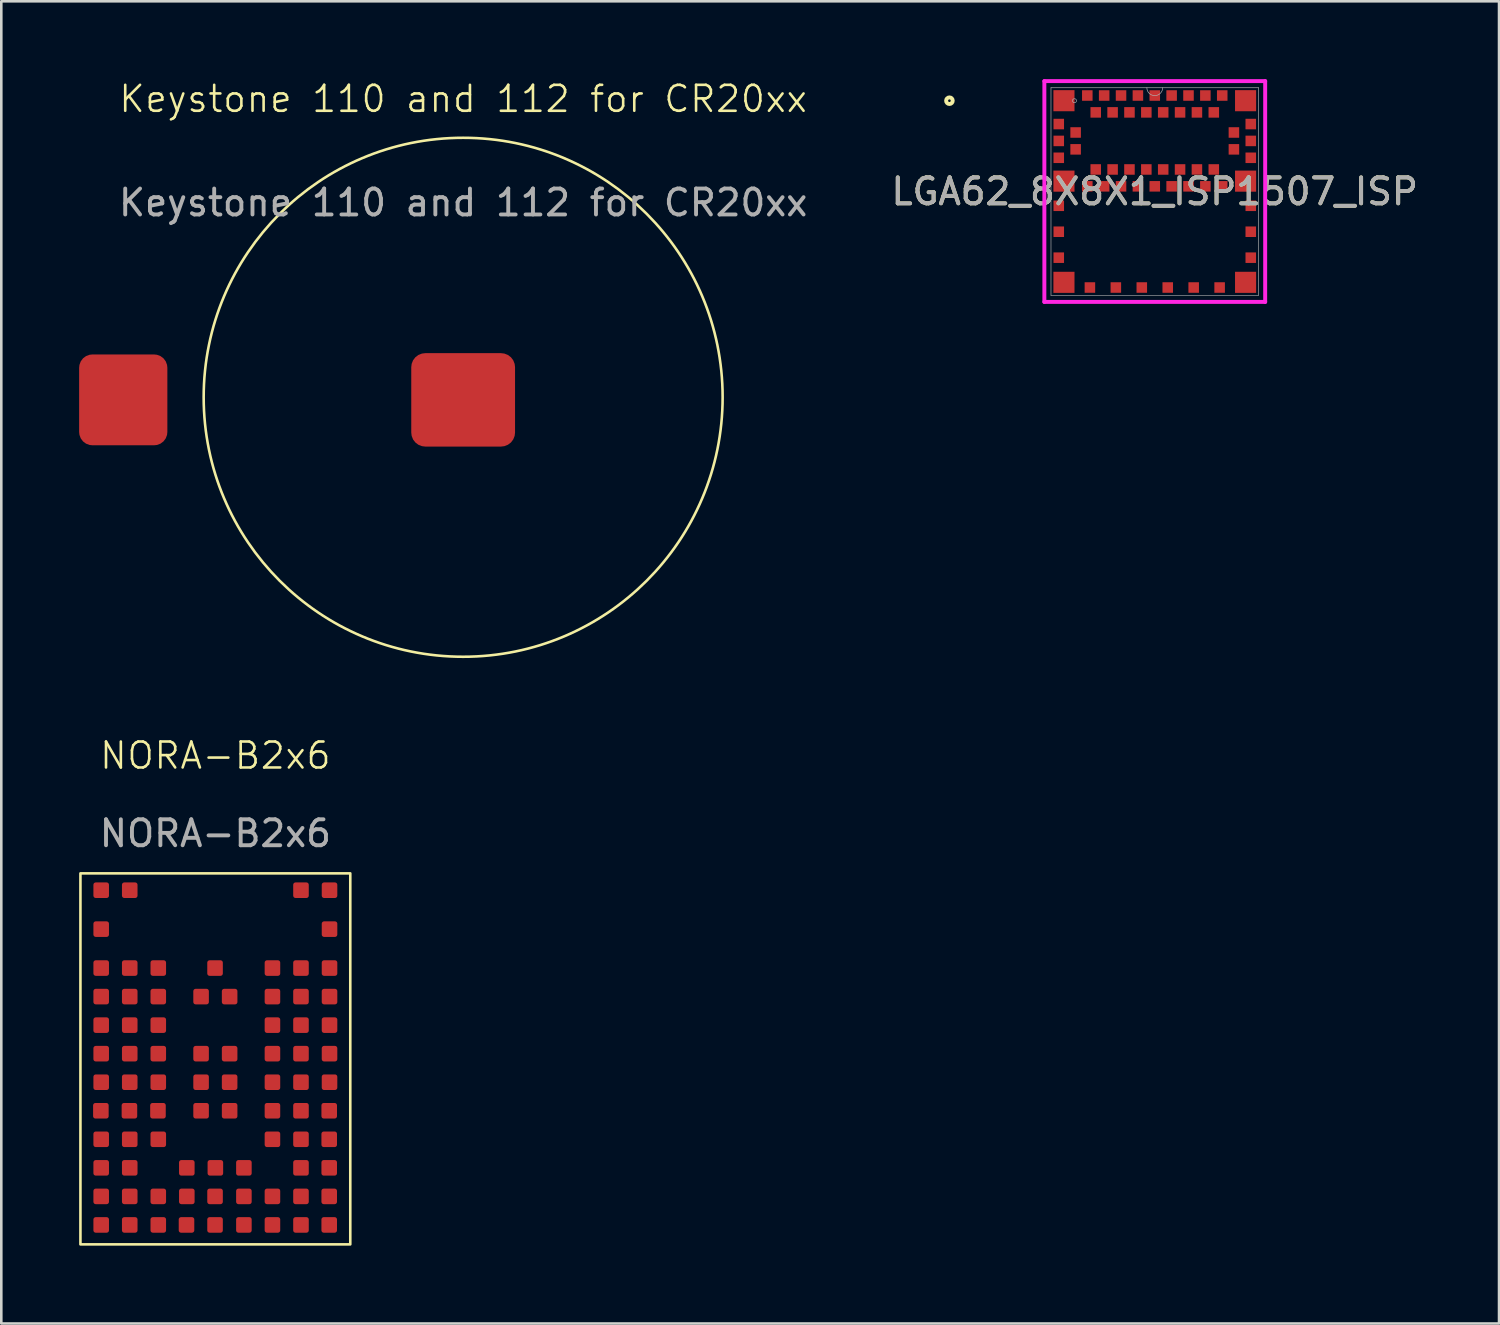
<source format=kicad_pcb>
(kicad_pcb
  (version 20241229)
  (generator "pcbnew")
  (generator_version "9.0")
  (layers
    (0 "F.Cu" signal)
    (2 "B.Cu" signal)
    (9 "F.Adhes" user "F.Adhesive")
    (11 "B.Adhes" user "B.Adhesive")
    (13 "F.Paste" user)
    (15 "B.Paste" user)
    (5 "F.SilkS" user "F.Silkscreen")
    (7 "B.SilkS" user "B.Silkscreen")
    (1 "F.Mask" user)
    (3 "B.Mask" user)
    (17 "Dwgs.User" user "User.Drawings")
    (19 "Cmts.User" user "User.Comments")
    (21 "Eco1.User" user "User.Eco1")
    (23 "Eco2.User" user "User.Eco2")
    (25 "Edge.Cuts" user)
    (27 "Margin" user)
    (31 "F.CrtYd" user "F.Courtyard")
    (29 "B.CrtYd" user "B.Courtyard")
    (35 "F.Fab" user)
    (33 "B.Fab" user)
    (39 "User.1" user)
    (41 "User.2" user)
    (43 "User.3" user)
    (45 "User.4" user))
  (footprint "LGA62_8X8X1_ISP1507_ISP"
    (layer "F.Cu")
    (at 41.455 4.331)
    (property "Reference" "LGA62_8X8X1_ISP1507_ISP" (at 0 0 0) (unlocked yes) (layer "F.SilkS") (effects (font (size 1 1) (thickness 0.15))))
    (attr smd)
    (fp_circle (center -7.914 -3.5) (end -7.787 -3.5) (stroke (width 0.152) (type solid)) (fill no) (layer "F.SilkS"))
    (fp_poly (pts (xy 4 0.006) (xy 4 4) (xy -4 4) (xy -4 0.006)) (stroke (width 0.1) (type solid)) (fill no) (layer "Eco2.User"))
    (fp_line (start -4.255 -4.255) (end -4.255 4.255) (stroke (width 0.152) (type solid)) (layer "F.CrtYd"))
    (fp_line (start -4.255 4.255) (end 4.255 4.255) (stroke (width 0.152) (type solid)) (layer "F.CrtYd"))
    (fp_line (start 4.255 -4.255) (end -4.255 -4.255) (stroke (width 0.152) (type solid)) (layer "F.CrtYd"))
    (fp_line (start 4.255 4.255) (end 4.255 -4.255) (stroke (width 0.152) (type solid)) (layer "F.CrtYd"))
    (fp_line (start -4 -4) (end -4 4) (stroke (width 0.025) (type solid)) (layer "F.Fab"))
    (fp_line (start -4 4) (end 4 4) (stroke (width 0.025) (type solid)) (layer "F.Fab"))
    (fp_line (start 4 -4) (end -4 -4) (stroke (width 0.025) (type solid)) (layer "F.Fab"))
    (fp_line (start 4 4) (end 4 -4) (stroke (width 0.025) (type solid)) (layer "F.Fab"))
    (fp_arc (start 0.3048 -4.0005) (mid 0 -3.6957) (end -0.3048 -4.0005) (stroke (width 0.0254) (type solid)) (layer "F.Fab"))
    (fp_circle (center -3.094 -3.5) (end -3.017 -3.5) (stroke (width 0.025) (type solid)) (fill no) (layer "F.Fab"))
    (fp_text user "${REFERENCE}" (at 0 0 0) (unlocked yes) (layer "F.Fab") (effects (font (size 1 1) (thickness 0.15))))
    (pad "1" smd rect (at -3.5 -3.5) (size 0.813 0.813) (layers "F.Cu" "F.Mask" "F.Paste"))
    (pad "2" smd rect (at -3.7 -2.6) (size 0.406 0.406) (layers "F.Cu" "F.Mask" "F.Paste"))
    (pad "3" smd rect (at -3.05 -2.275) (size 0.406 0.406) (layers "F.Cu" "F.Mask" "F.Paste"))
    (pad "4" smd rect (at -3.7 -1.95) (size 0.406 0.406) (layers "F.Cu" "F.Mask" "F.Paste"))
    (pad "5" smd rect (at -3.05 -1.625) (size 0.406 0.406) (layers "F.Cu" "F.Mask" "F.Paste"))
    (pad "6" smd rect (at -3.7 -1.3) (size 0.406 0.406) (layers "F.Cu" "F.Mask" "F.Paste"))
    (pad "7" smd rect (at -3.5 -0.4) (size 0.813 0.813) (layers "F.Cu" "F.Mask" "F.Paste"))
    (pad "8" smd rect (at -2.6 -0.2) (size 0.406 0.406) (layers "F.Cu" "F.Mask" "F.Paste"))
    (pad "9" smd rect (at -2.275 -0.85) (size 0.406 0.406) (layers "F.Cu" "F.Mask" "F.Paste"))
    (pad "10" smd rect (at -1.95 -0.2) (size 0.406 0.406) (layers "F.Cu" "F.Mask" "F.Paste"))
    (pad "11" smd rect (at -1.625 -0.85) (size 0.406 0.406) (layers "F.Cu" "F.Mask" "F.Paste"))
    (pad "12" smd rect (at -1.3 -0.2) (size 0.406 0.406) (layers "F.Cu" "F.Mask" "F.Paste"))
    (pad "13" smd rect (at -0.975 -0.85) (size 0.406 0.406) (layers "F.Cu" "F.Mask" "F.Paste"))
    (pad "14" smd rect (at -0.65 -0.2) (size 0.406 0.406) (layers "F.Cu" "F.Mask" "F.Paste"))
    (pad "15" smd rect (at -0.325 -0.85) (size 0.406 0.406) (layers "F.Cu" "F.Mask" "F.Paste"))
    (pad "16" smd rect (at 0 -0.2) (size 0.406 0.406) (layers "F.Cu" "F.Mask" "F.Paste"))
    (pad "17" smd rect (at 0.325 -0.85) (size 0.406 0.406) (layers "F.Cu" "F.Mask" "F.Paste"))
    (pad "18" smd rect (at 0.65 -0.2) (size 0.406 0.406) (layers "F.Cu" "F.Mask" "F.Paste"))
    (pad "19" smd rect (at 0.975 -0.85) (size 0.406 0.406) (layers "F.Cu" "F.Mask" "F.Paste"))
    (pad "20" smd rect (at 1.3 -0.2) (size 0.406 0.406) (layers "F.Cu" "F.Mask" "F.Paste"))
    (pad "21" smd rect (at 1.625 -0.85) (size 0.406 0.406) (layers "F.Cu" "F.Mask" "F.Paste"))
    (pad "22" smd rect (at 1.95 -0.2) (size 0.406 0.406) (layers "F.Cu" "F.Mask" "F.Paste"))
    (pad "23" smd rect (at 2.275 -0.85) (size 0.406 0.406) (layers "F.Cu" "F.Mask" "F.Paste"))
    (pad "24" smd rect (at 2.6 -0.2) (size 0.406 0.406) (layers "F.Cu" "F.Mask" "F.Paste"))
    (pad "25" smd rect (at 3.5 -0.4) (size 0.813 0.813) (layers "F.Cu" "F.Mask" "F.Paste"))
    (pad "26" smd rect (at 3.7 -1.3) (size 0.406 0.406) (layers "F.Cu" "F.Mask" "F.Paste"))
    (pad "27" smd rect (at 3.05 -1.625) (size 0.406 0.406) (layers "F.Cu" "F.Mask" "F.Paste"))
    (pad "28" smd rect (at 3.7 -1.95) (size 0.406 0.406) (layers "F.Cu" "F.Mask" "F.Paste"))
    (pad "29" smd rect (at 3.05 -2.275) (size 0.406 0.406) (layers "F.Cu" "F.Mask" "F.Paste"))
    (pad "30" smd rect (at 3.7 -2.6) (size 0.406 0.406) (layers "F.Cu" "F.Mask" "F.Paste"))
    (pad "31" smd rect (at 3.5 -3.5) (size 0.813 0.813) (layers "F.Cu" "F.Mask" "F.Paste"))
    (pad "32" smd rect (at 2.6 -3.7) (size 0.406 0.406) (layers "F.Cu" "F.Mask" "F.Paste"))
    (pad "33" smd rect (at 2.275 -3.05) (size 0.406 0.406) (layers "F.Cu" "F.Mask" "F.Paste"))
    (pad "34" smd rect (at 1.95 -3.7) (size 0.406 0.406) (layers "F.Cu" "F.Mask" "F.Paste"))
    (pad "35" smd rect (at 1.625 -3.05) (size 0.406 0.406) (layers "F.Cu" "F.Mask" "F.Paste"))
    (pad "36" smd rect (at 1.3 -3.7) (size 0.406 0.406) (layers "F.Cu" "F.Mask" "F.Paste"))
    (pad "37" smd rect (at 0.975 -3.05) (size 0.406 0.406) (layers "F.Cu" "F.Mask" "F.Paste"))
    (pad "38" smd rect (at 0.65 -3.7) (size 0.406 0.406) (layers "F.Cu" "F.Mask" "F.Paste"))
    (pad "39" smd rect (at 0.325 -3.05) (size 0.406 0.406) (layers "F.Cu" "F.Mask" "F.Paste"))
    (pad "40" smd rect (at 0 -3.7) (size 0.406 0.406) (layers "F.Cu" "F.Mask" "F.Paste"))
    (pad "41" smd rect (at -0.325 -3.05) (size 0.406 0.406) (layers "F.Cu" "F.Mask" "F.Paste"))
    (pad "42" smd rect (at -0.65 -3.7) (size 0.406 0.406) (layers "F.Cu" "F.Mask" "F.Paste"))
    (pad "43" smd rect (at -0.975 -3.05) (size 0.406 0.406) (layers "F.Cu" "F.Mask" "F.Paste"))
    (pad "44" smd rect (at -1.3 -3.7) (size 0.406 0.406) (layers "F.Cu" "F.Mask" "F.Paste"))
    (pad "45" smd rect (at -1.625 -3.05) (size 0.406 0.406) (layers "F.Cu" "F.Mask" "F.Paste"))
    (pad "46" smd rect (at -1.95 -3.7) (size 0.406 0.406) (layers "F.Cu" "F.Mask" "F.Paste"))
    (pad "47" smd rect (at -2.275 -3.05) (size 0.406 0.406) (layers "F.Cu" "F.Mask" "F.Paste"))
    (pad "48" smd rect (at -2.6 -3.7) (size 0.406 0.406) (layers "F.Cu" "F.Mask" "F.Paste"))
    (pad "49" smd rect (at -3.7 0.55) (size 0.406 0.406) (layers "F.Cu" "F.Mask" "F.Paste"))
    (pad "50" smd rect (at -3.7 1.55) (size 0.406 0.406) (layers "F.Cu" "F.Mask" "F.Paste"))
    (pad "51" smd rect (at -3.7 2.55) (size 0.406 0.406) (layers "F.Cu" "F.Mask" "F.Paste"))
    (pad "52" smd rect (at -3.5 3.5) (size 0.813 0.813) (layers "F.Cu" "F.Mask" "F.Paste"))
    (pad "53" smd rect (at -2.5 3.7) (size 0.406 0.406) (layers "F.Cu" "F.Mask" "F.Paste"))
    (pad "54" smd rect (at -1.5 3.7) (size 0.406 0.406) (layers "F.Cu" "F.Mask" "F.Paste"))
    (pad "55" smd rect (at -0.5 3.7) (size 0.406 0.406) (layers "F.Cu" "F.Mask" "F.Paste"))
    (pad "56" smd rect (at 0.5 3.7) (size 0.406 0.406) (layers "F.Cu" "F.Mask" "F.Paste"))
    (pad "57" smd rect (at 1.5 3.7) (size 0.406 0.406) (layers "F.Cu" "F.Mask" "F.Paste"))
    (pad "58" smd rect (at 2.5 3.7) (size 0.406 0.406) (layers "F.Cu" "F.Mask" "F.Paste"))
    (pad "59" smd rect (at 3.5 3.5) (size 0.813 0.813) (layers "F.Cu" "F.Mask" "F.Paste"))
    (pad "60" smd rect (at 3.7 2.55) (size 0.406 0.406) (layers "F.Cu" "F.Mask" "F.Paste"))
    (pad "61" smd rect (at 3.7 1.55) (size 0.406 0.406) (layers "F.Cu" "F.Mask" "F.Paste"))
    (pad "62" smd rect (at 3.7 0.55) (size 0.406 0.406) (layers "F.Cu" "F.Mask" "F.Paste")))
  (footprint "Keystone 110 and 112 for CR20xx"
    (layer "F.Cu")
    (at 14.8 12.361)
    (property "Reference" "Keystone 110 and 112 for CR20xx" (at 0 -11.6 0) (unlocked yes) (layer "F.SilkS") (effects (font (size 1 1) (thickness 0.1))))
    (attr smd)
    (fp_circle (center 0 -0.1) (end -10 0) (stroke (width 0.1) (type default)) (fill no) (layer "F.SilkS"))
    (fp_text user "${REFERENCE}" (at 0 -7.6 0) (unlocked yes) (layer "F.Fab") (effects (font (size 1 1) (thickness 0.15))))
    (pad "1" smd roundrect (at -13.1 0) (size 3.4 3.5) (layers "F.Cu" "F.Mask" "F.Paste") (roundrect_rratio 0.15))
    (pad "2" smd roundrect (at 0 0) (size 4 3.6) (layers "F.Cu" "F.Mask" "F.Paste") (roundrect_rratio 0.15)))
  (footprint "NORA-B2x6"
    (layer "F.Cu")
    (at 5.25 38.659)
    (property "Reference" "NORA-B2x6" (at 0 -12.588 0) (unlocked yes) (layer "F.SilkS") (effects (font (size 1 1) (thickness 0.1))))
    (attr smd)
    (fp_rect (start -5.2 -8.05) (end 5.2 6.25) (stroke (width 0.1) (type solid)) (fill no) (layer "F.SilkS"))
    (fp_text user "${REFERENCE}" (at 0 -9.588 0) (unlocked yes) (layer "F.Fab") (effects (font (size 1 1) (thickness 0.15))))
    (pad "A1" smd roundrect (at 4.388 5.5) (size 0.6 0.6) (layers "F.Cu" "F.Mask" "F.Paste") (roundrect_rratio 0.15))
    (pad "A2" smd roundrect (at 3.3 5.5) (size 0.6 0.6) (layers "F.Cu" "F.Mask" "F.Paste") (roundrect_rratio 0.15))
    (pad "A3" smd roundrect (at 2.2 5.5) (size 0.6 0.6) (layers "F.Cu" "F.Mask" "F.Paste") (roundrect_rratio 0.15))
    (pad "A4" smd roundrect (at 1.1 5.5) (size 0.6 0.6) (layers "F.Cu" "F.Mask" "F.Paste") (roundrect_rratio 0.15))
    (pad "A5" smd roundrect (at -0.012 5.5) (size 0.6 0.6) (layers "F.Cu" "F.Mask" "F.Paste") (roundrect_rratio 0.15))
    (pad "A6" smd roundrect (at -1.112 5.5) (size 0.6 0.6) (layers "F.Cu" "F.Mask" "F.Paste") (roundrect_rratio 0.15))
    (pad "A7" smd roundrect (at -2.2 5.5) (size 0.6 0.6) (layers "F.Cu" "F.Mask" "F.Paste") (roundrect_rratio 0.15))
    (pad "A8" smd roundrect (at -3.3 5.5) (size 0.6 0.6) (layers "F.Cu" "F.Mask" "F.Paste") (roundrect_rratio 0.15))
    (pad "A9" smd roundrect (at -4.4 5.5) (size 0.6 0.6) (layers "F.Cu" "F.Mask" "F.Paste") (roundrect_rratio 0.15))
    (pad "B1" smd roundrect (at 4.388 4.4) (size 0.6 0.6) (layers "F.Cu" "F.Mask" "F.Paste") (roundrect_rratio 0.15))
    (pad "B2" smd roundrect (at 3.3 4.4) (size 0.6 0.6) (layers "F.Cu" "F.Mask" "F.Paste") (roundrect_rratio 0.15))
    (pad "B3" smd roundrect (at 2.2 4.4) (size 0.6 0.6) (layers "F.Cu" "F.Mask" "F.Paste") (roundrect_rratio 0.15))
    (pad "B4" smd roundrect (at 1.1 4.4) (size 0.6 0.6) (layers "F.Cu" "F.Mask" "F.Paste") (roundrect_rratio 0.15))
    (pad "B5" smd roundrect (at -0.012 4.4) (size 0.6 0.6) (layers "F.Cu" "F.Mask" "F.Paste") (roundrect_rratio 0.15))
    (pad "B6" smd roundrect (at -1.1 4.4) (size 0.6 0.6) (layers "F.Cu" "F.Mask" "F.Paste") (roundrect_rratio 0.15))
    (pad "B7" smd roundrect (at -2.2 4.4) (size 0.6 0.6) (layers "F.Cu" "F.Mask" "F.Paste") (roundrect_rratio 0.15))
    (pad "B8" smd roundrect (at -3.3 4.4) (size 0.6 0.6) (layers "F.Cu" "F.Mask" "F.Paste") (roundrect_rratio 0.15))
    (pad "B9" smd roundrect (at -4.4 4.4) (size 0.6 0.6) (layers "F.Cu" "F.Mask" "F.Paste") (roundrect_rratio 0.15))
    (pad "C1" smd roundrect (at 4.388 3.3) (size 0.6 0.6) (layers "F.Cu" "F.Mask" "F.Paste") (roundrect_rratio 0.15))
    (pad "C2" smd roundrect (at 3.3 3.3) (size 0.6 0.6) (layers "F.Cu" "F.Mask" "F.Paste") (roundrect_rratio 0.15))
    (pad "C4" smd roundrect (at 1.1 3.3) (size 0.6 0.6) (layers "F.Cu" "F.Mask" "F.Paste") (roundrect_rratio 0.15))
    (pad "C5" smd roundrect (at 0 3.3) (size 0.6 0.6) (layers "F.Cu" "F.Mask" "F.Paste") (roundrect_rratio 0.15))
    (pad "C6" smd roundrect (at -1.1 3.3) (size 0.6 0.6) (layers "F.Cu" "F.Mask" "F.Paste") (roundrect_rratio 0.15))
    (pad "C8" smd roundrect (at -3.3 3.3) (size 0.6 0.6) (layers "F.Cu" "F.Mask" "F.Paste") (roundrect_rratio 0.15))
    (pad "C9" smd roundrect (at -4.4 3.3) (size 0.6 0.6) (layers "F.Cu" "F.Mask" "F.Paste") (roundrect_rratio 0.15))
    (pad "D1" smd roundrect (at 4.388 2.2) (size 0.6 0.6) (layers "F.Cu" "F.Mask" "F.Paste") (roundrect_rratio 0.15))
    (pad "D2" smd roundrect (at 3.3 2.2) (size 0.6 0.6) (layers "F.Cu" "F.Mask" "F.Paste") (roundrect_rratio 0.15))
    (pad "D3" smd roundrect (at 2.2 2.2) (size 0.6 0.6) (layers "F.Cu" "F.Mask" "F.Paste") (roundrect_rratio 0.15))
    (pad "D7" smd roundrect (at -2.2 2.2) (size 0.6 0.6) (layers "F.Cu" "F.Mask" "F.Paste") (roundrect_rratio 0.15))
    (pad "D8" smd roundrect (at -3.3 2.2) (size 0.6 0.6) (layers "F.Cu" "F.Mask" "F.Paste") (roundrect_rratio 0.15))
    (pad "D9" smd roundrect (at -4.4 2.2) (size 0.6 0.6) (layers "F.Cu" "F.Mask" "F.Paste") (roundrect_rratio 0.15))
    (pad "E1" smd roundrect (at 4.388 1.1) (size 0.6 0.6) (layers "F.Cu" "F.Mask" "F.Paste") (roundrect_rratio 0.15))
    (pad "E2" smd roundrect (at 3.3 1.1) (size 0.6 0.6) (layers "F.Cu" "F.Mask" "F.Paste") (roundrect_rratio 0.15))
    (pad "E3" smd roundrect (at 2.2 1.1) (size 0.6 0.6) (layers "F.Cu" "F.Mask" "F.Paste") (roundrect_rratio 0.15))
    (pad "E4" smd roundrect (at 0.55 1.1) (size 0.6 0.6) (layers "F.Cu" "F.Mask" "F.Paste") (roundrect_rratio 0.15))
    (pad "E5" smd roundrect (at -0.55 1.1) (size 0.6 0.6) (layers "F.Cu" "F.Mask" "F.Paste") (roundrect_rratio 0.15))
    (pad "E7" smd roundrect (at -2.212 1.1) (size 0.6 0.6) (layers "F.Cu" "F.Mask" "F.Paste") (roundrect_rratio 0.15))
    (pad "E8" smd roundrect (at -3.312 1.1) (size 0.6 0.6) (layers "F.Cu" "F.Mask" "F.Paste") (roundrect_rratio 0.15))
    (pad "E9" smd roundrect (at -4.412 1.1) (size 0.6 0.6) (layers "F.Cu" "F.Mask" "F.Paste") (roundrect_rratio 0.15))
    (pad "F1" smd roundrect (at 4.4 0) (size 0.6 0.6) (layers "F.Cu" "F.Mask" "F.Paste") (roundrect_rratio 0.15))
    (pad "F2" smd roundrect (at 3.3 0) (size 0.6 0.6) (layers "F.Cu" "F.Mask" "F.Paste") (roundrect_rratio 0.15))
    (pad "F3" smd roundrect (at 2.2 0) (size 0.6 0.6) (layers "F.Cu" "F.Mask" "F.Paste") (roundrect_rratio 0.15))
    (pad "F4" smd roundrect (at 0.55 0) (size 0.6 0.6) (layers "F.Cu" "F.Mask" "F.Paste") (roundrect_rratio 0.15))
    (pad "F5" smd roundrect (at -0.55 0) (size 0.6 0.6) (layers "F.Cu" "F.Mask" "F.Paste") (roundrect_rratio 0.15))
    (pad "F7" smd roundrect (at -2.2 0) (size 0.6 0.6) (layers "F.Cu" "F.Mask" "F.Paste") (roundrect_rratio 0.15))
    (pad "F8" smd roundrect (at -3.3 0) (size 0.6 0.6) (layers "F.Cu" "F.Mask" "F.Paste") (roundrect_rratio 0.15))
    (pad "F9" smd roundrect (at -4.4 0) (size 0.6 0.6) (layers "F.Cu" "F.Mask" "F.Paste") (roundrect_rratio 0.15))
    (pad "G1" smd roundrect (at 4.4 -1.1) (size 0.6 0.6) (layers "F.Cu" "F.Mask" "F.Paste") (roundrect_rratio 0.15))
    (pad "G2" smd roundrect (at 3.3 -1.1) (size 0.6 0.6) (layers "F.Cu" "F.Mask" "F.Paste") (roundrect_rratio 0.15))
    (pad "G3" smd roundrect (at 2.2 -1.1) (size 0.6 0.6) (layers "F.Cu" "F.Mask" "F.Paste") (roundrect_rratio 0.15))
    (pad "G4" smd roundrect (at 0.55 -1.1) (size 0.6 0.6) (layers "F.Cu" "F.Mask" "F.Paste") (roundrect_rratio 0.15))
    (pad "G5" smd roundrect (at -0.55 -1.1) (size 0.6 0.6) (layers "F.Cu" "F.Mask" "F.Paste") (roundrect_rratio 0.15))
    (pad "G7" smd roundrect (at -2.2 -1.1) (size 0.6 0.6) (layers "F.Cu" "F.Mask" "F.Paste") (roundrect_rratio 0.15))
    (pad "G8" smd roundrect (at -3.3 -1.1) (size 0.6 0.6) (layers "F.Cu" "F.Mask" "F.Paste") (roundrect_rratio 0.15))
    (pad "G9" smd roundrect (at -4.4 -1.1) (size 0.6 0.6) (layers "F.Cu" "F.Mask" "F.Paste") (roundrect_rratio 0.15))
    (pad "H1" smd roundrect (at 4.4 -2.2) (size 0.6 0.6) (layers "F.Cu" "F.Mask" "F.Paste") (roundrect_rratio 0.15))
    (pad "H2" smd roundrect (at 3.3 -2.2) (size 0.6 0.6) (layers "F.Cu" "F.Mask" "F.Paste") (roundrect_rratio 0.15))
    (pad "H3" smd roundrect (at 2.2 -2.2) (size 0.6 0.6) (layers "F.Cu" "F.Mask" "F.Paste") (roundrect_rratio 0.15))
    (pad "H7" smd roundrect (at -2.2 -2.2) (size 0.6 0.6) (layers "F.Cu" "F.Mask" "F.Paste") (roundrect_rratio 0.15))
    (pad "H8" smd roundrect (at -3.3 -2.2) (size 0.6 0.6) (layers "F.Cu" "F.Mask" "F.Paste") (roundrect_rratio 0.15))
    (pad "H9" smd roundrect (at -4.4 -2.2) (size 0.6 0.6) (layers "F.Cu" "F.Mask" "F.Paste") (roundrect_rratio 0.15))
    (pad "J1" smd roundrect (at 4.4 -3.3) (size 0.6 0.6) (layers "F.Cu" "F.Mask" "F.Paste") (roundrect_rratio 0.15))
    (pad "J2" smd roundrect (at 3.3 -3.3) (size 0.6 0.6) (layers "F.Cu" "F.Mask" "F.Paste") (roundrect_rratio 0.15))
    (pad "J3" smd roundrect (at 2.2 -3.3) (size 0.6 0.6) (layers "F.Cu" "F.Mask" "F.Paste") (roundrect_rratio 0.15))
    (pad "J4" smd roundrect (at 0.55 -3.3) (size 0.6 0.6) (layers "F.Cu" "F.Mask" "F.Paste") (roundrect_rratio 0.15))
    (pad "J5" smd roundrect (at -0.55 -3.3) (size 0.6 0.6) (layers "F.Cu" "F.Mask" "F.Paste") (roundrect_rratio 0.15))
    (pad "J7" smd roundrect (at -2.2 -3.3) (size 0.6 0.6) (layers "F.Cu" "F.Mask" "F.Paste") (roundrect_rratio 0.15))
    (pad "J8" smd roundrect (at -3.3 -3.3) (size 0.6 0.6) (layers "F.Cu" "F.Mask" "F.Paste") (roundrect_rratio 0.15))
    (pad "J9" smd roundrect (at -4.4 -3.3) (size 0.6 0.6) (layers "F.Cu" "F.Mask" "F.Paste") (roundrect_rratio 0.15))
    (pad "K1" smd roundrect (at 4.4 -4.4) (size 0.6 0.6) (layers "F.Cu" "F.Mask" "F.Paste") (roundrect_rratio 0.15))
    (pad "K2" smd roundrect (at 3.3 -4.4) (size 0.6 0.6) (layers "F.Cu" "F.Mask" "F.Paste") (roundrect_rratio 0.15))
    (pad "K3" smd roundrect (at 2.2 -4.4) (size 0.6 0.6) (layers "F.Cu" "F.Mask" "F.Paste") (roundrect_rratio 0.15))
    (pad "K5" smd roundrect (at -0.012 -4.4) (size 0.6 0.6) (layers "F.Cu" "F.Mask" "F.Paste") (roundrect_rratio 0.15))
    (pad "K7" smd roundrect (at -2.2 -4.4) (size 0.6 0.6) (layers "F.Cu" "F.Mask" "F.Paste") (roundrect_rratio 0.15))
    (pad "K8" smd roundrect (at -3.3 -4.4) (size 0.6 0.6) (layers "F.Cu" "F.Mask" "F.Paste") (roundrect_rratio 0.15))
    (pad "K9" smd roundrect (at -4.4 -4.4) (size 0.6 0.6) (layers "F.Cu" "F.Mask" "F.Paste") (roundrect_rratio 0.15))
    (pad "L1" smd roundrect (at 4.4 -5.9) (size 0.6 0.6) (layers "F.Cu" "F.Mask" "F.Paste") (roundrect_rratio 0.15))
    (pad "L9" smd roundrect (at -4.4 -5.9) (size 0.6 0.6) (layers "F.Cu" "F.Mask" "F.Paste") (roundrect_rratio 0.15))
    (pad "M1" smd roundrect (at 4.4 -7.4) (size 0.6 0.6) (layers "F.Cu" "F.Mask" "F.Paste") (roundrect_rratio 0.15))
    (pad "M2" smd roundrect (at 3.3 -7.4) (size 0.6 0.6) (layers "F.Cu" "F.Mask" "F.Paste") (roundrect_rratio 0.15))
    (pad "M8" smd roundrect (at -3.3 -7.4) (size 0.6 0.6) (layers "F.Cu" "F.Mask" "F.Paste") (roundrect_rratio 0.15))
    (pad "M9" smd roundrect (at -4.4 -7.4) (size 0.6 0.6) (layers "F.Cu" "F.Mask" "F.Paste") (roundrect_rratio 0.15))
    (zone (net_name "") (layers "F.Cu" "B.Cu") (hatch edge 0.5) (connect_pads) (min_thickness 0.25) (filled_areas_thickness no) (keepout (tracks not_allowed) (vias not_allowed) (pads allowed) (copperpour not_allowed) (footprints allowed)) (placement (enabled no)) (fill) (polygon (pts (xy 9.35 33.959) (xy 1.15 33.959) (xy 1.15 31.559) (xy 2.25 31.559) (xy 2.25 30.759) (xy 8.25 30.759) (xy 8.25 31.559) (xy 9.35 31.559)))))
  (gr_rect
    (start -3 -3)
    (end 54.723 47.959)
    (stroke (width 0.1) (type default))
    (fill no)
    (layer "Edge.Cuts")))
</source>
